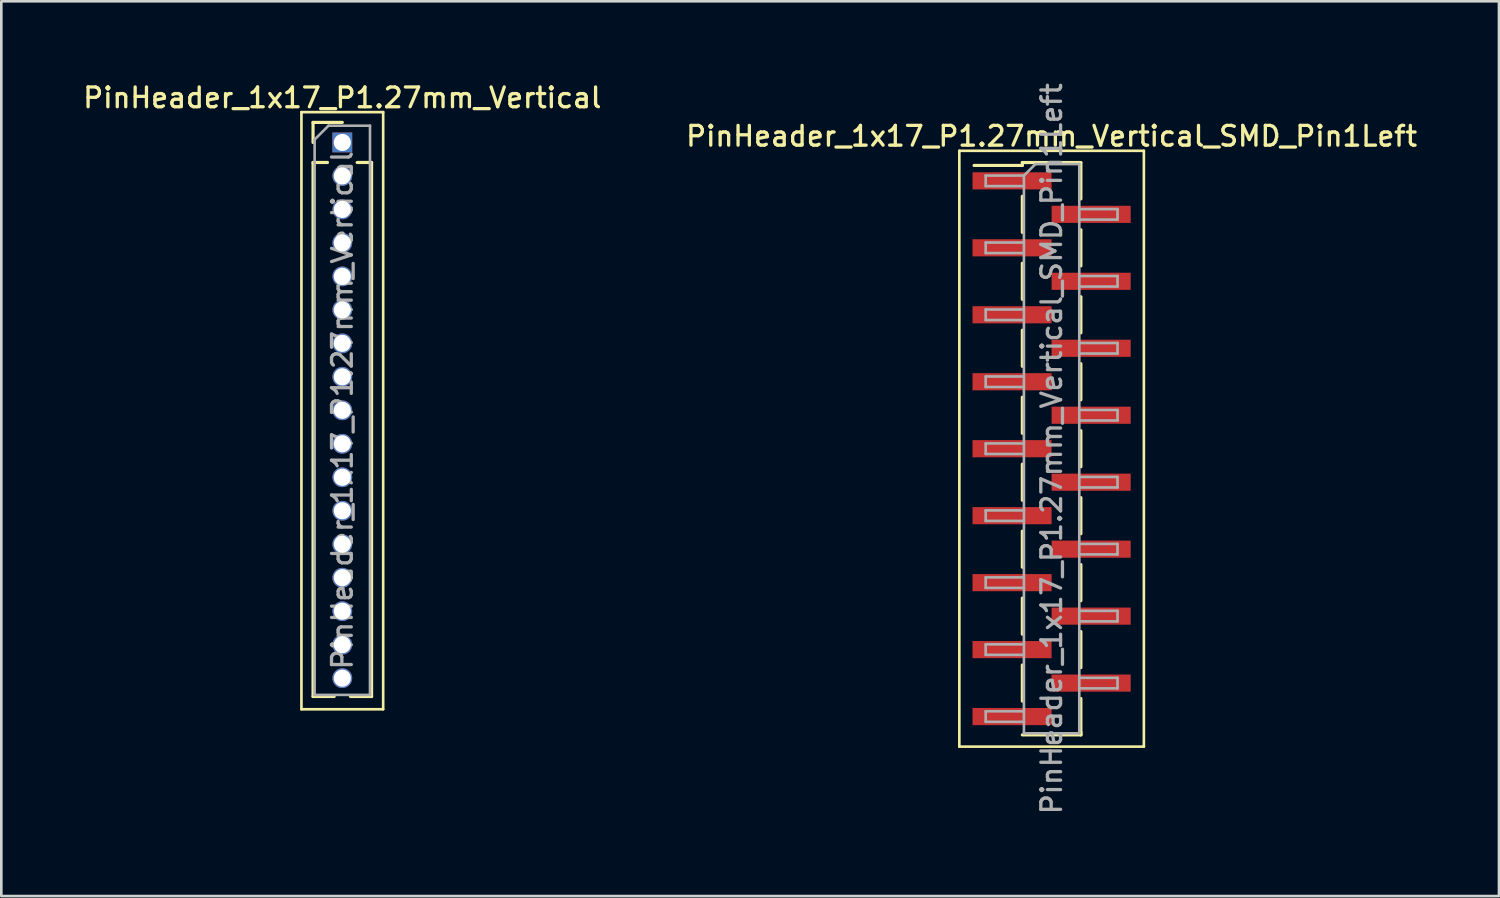
<source format=kicad_pcb>
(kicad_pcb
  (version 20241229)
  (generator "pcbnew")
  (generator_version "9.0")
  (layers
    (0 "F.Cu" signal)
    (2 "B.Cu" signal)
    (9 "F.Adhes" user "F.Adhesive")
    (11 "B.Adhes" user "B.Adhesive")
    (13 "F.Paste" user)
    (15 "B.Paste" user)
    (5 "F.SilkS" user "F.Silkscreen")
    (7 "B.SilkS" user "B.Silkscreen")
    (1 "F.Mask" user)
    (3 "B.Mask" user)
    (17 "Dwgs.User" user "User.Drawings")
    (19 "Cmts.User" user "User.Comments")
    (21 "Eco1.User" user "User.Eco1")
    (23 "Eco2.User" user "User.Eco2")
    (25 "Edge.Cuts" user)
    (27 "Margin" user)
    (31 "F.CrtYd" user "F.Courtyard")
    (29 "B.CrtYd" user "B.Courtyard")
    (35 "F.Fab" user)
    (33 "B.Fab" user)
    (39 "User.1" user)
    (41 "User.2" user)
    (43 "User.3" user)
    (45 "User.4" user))
  (footprint "PinHeader_1x17_P1.27mm_Vertical"
    (layer "F.Cu")
    (at 9.934 2.353)
    (property "Reference" "PinHeader_1x17_P1.27mm_Vertical" (at 0 -1.695 0) (layer "F.SilkS") (effects (font (size 0.75 0.75) (thickness 0.125))))
    (attr through_hole)
    (fp_line (start -1.55 -1.15) (end -1.55 21.5) (stroke (width 0.1) (type solid)) (layer "F.SilkS"))
    (fp_line (start -1.55 21.5) (end 1.55 21.5) (stroke (width 0.1) (type solid)) (layer "F.SilkS"))
    (fp_line (start -1.11 -0.76) (end 0 -0.76) (stroke (width 0.12) (type solid)) (layer "F.SilkS"))
    (fp_line (start -1.11 0) (end -1.11 -0.76) (stroke (width 0.12) (type solid)) (layer "F.SilkS"))
    (fp_line (start -1.11 0.76) (end -1.11 21.015) (stroke (width 0.12) (type solid)) (layer "F.SilkS"))
    (fp_line (start -1.11 0.76) (end -0.563 0.76) (stroke (width 0.12) (type solid)) (layer "F.SilkS"))
    (fp_line (start -1.11 21.015) (end -0.308 21.015) (stroke (width 0.12) (type solid)) (layer "F.SilkS"))
    (fp_line (start 0.308 21.015) (end 1.11 21.015) (stroke (width 0.12) (type solid)) (layer "F.SilkS"))
    (fp_line (start 0.563 0.76) (end 1.11 0.76) (stroke (width 0.12) (type solid)) (layer "F.SilkS"))
    (fp_line (start 1.11 0.76) (end 1.11 21.015) (stroke (width 0.12) (type solid)) (layer "F.SilkS"))
    (fp_line (start 1.55 -1.15) (end -1.55 -1.15) (stroke (width 0.1) (type solid)) (layer "F.SilkS"))
    (fp_line (start 1.55 21.5) (end 1.55 -1.15) (stroke (width 0.1) (type solid)) (layer "F.SilkS"))
    (fp_line (start -1.05 -0.11) (end -0.525 -0.635) (stroke (width 0.1) (type solid)) (layer "F.Fab"))
    (fp_line (start -1.05 20.955) (end -1.05 -0.11) (stroke (width 0.1) (type solid)) (layer "F.Fab"))
    (fp_line (start -0.525 -0.635) (end 1.05 -0.635) (stroke (width 0.1) (type solid)) (layer "F.Fab"))
    (fp_line (start 1.05 -0.635) (end 1.05 20.955) (stroke (width 0.1) (type solid)) (layer "F.Fab"))
    (fp_line (start 1.05 20.955) (end -1.05 20.955) (stroke (width 0.1) (type solid)) (layer "F.Fab"))
    (fp_text user "${REFERENCE}" (at 0 10.16 90) (layer "F.Fab") (effects (font (size 0.75 0.75) (thickness 0.125))))
    (pad "1" thru_hole rect (at 0 0) (size 0.75 0.75) (drill 0.65) (layers "*.Cu" "*.Mask"))
    (pad "2" thru_hole oval (at 0 1.27) (size 0.75 0.75) (drill 0.65) (layers "*.Cu" "*.Mask"))
    (pad "3" thru_hole oval (at 0 2.54) (size 0.75 0.75) (drill 0.65) (layers "*.Cu" "*.Mask"))
    (pad "4" thru_hole oval (at 0 3.81) (size 0.75 0.75) (drill 0.65) (layers "*.Cu" "*.Mask"))
    (pad "5" thru_hole oval (at 0 5.08) (size 0.75 0.75) (drill 0.65) (layers "*.Cu" "*.Mask"))
    (pad "6" thru_hole oval (at 0 6.35) (size 0.75 0.75) (drill 0.65) (layers "*.Cu" "*.Mask"))
    (pad "7" thru_hole oval (at 0 7.62) (size 0.75 0.75) (drill 0.65) (layers "*.Cu" "*.Mask"))
    (pad "8" thru_hole oval (at 0 8.89) (size 0.75 0.75) (drill 0.65) (layers "*.Cu" "*.Mask"))
    (pad "9" thru_hole oval (at 0 10.16) (size 0.75 0.75) (drill 0.65) (layers "*.Cu" "*.Mask"))
    (pad "10" thru_hole oval (at 0 11.43) (size 0.75 0.75) (drill 0.65) (layers "*.Cu" "*.Mask"))
    (pad "11" thru_hole oval (at 0 12.7) (size 0.75 0.75) (drill 0.65) (layers "*.Cu" "*.Mask"))
    (pad "12" thru_hole oval (at 0 13.97) (size 0.75 0.75) (drill 0.65) (layers "*.Cu" "*.Mask"))
    (pad "13" thru_hole oval (at 0 15.24) (size 0.75 0.75) (drill 0.65) (layers "*.Cu" "*.Mask"))
    (pad "14" thru_hole oval (at 0 16.51) (size 0.75 0.75) (drill 0.65) (layers "*.Cu" "*.Mask"))
    (pad "15" thru_hole oval (at 0 17.78) (size 0.75 0.75) (drill 0.65) (layers "*.Cu" "*.Mask"))
    (pad "16" thru_hole oval (at 0 19.05) (size 0.75 0.75) (drill 0.65) (layers "*.Cu" "*.Mask"))
    (pad "17" thru_hole oval (at 0 20.32) (size 0.75 0.75) (drill 0.65) (layers "*.Cu" "*.Mask")))
  (footprint "PinHeader_1x17_P1.27mm_Vertical_SMD_Pin1Left"
    (layer "F.Cu")
    (at 36.838 13.97)
    (property "Reference" "PinHeader_1x17_P1.27mm_Vertical_SMD_Pin1Left" (at 0 -11.855 0) (layer "F.SilkS") (effects (font (size 0.75 0.75) (thickness 0.125))))
    (attr smd)
    (fp_line (start -3.5 -11.3) (end -3.5 11.3) (stroke (width 0.1) (type solid)) (layer "F.SilkS"))
    (fp_line (start -3.5 11.3) (end 3.5 11.3) (stroke (width 0.1) (type solid)) (layer "F.SilkS"))
    (fp_line (start -1.11 -10.855) (end -1.11 -10.745) (stroke (width 0.12) (type solid)) (layer "F.SilkS"))
    (fp_line (start -1.11 -10.855) (end 1.11 -10.855) (stroke (width 0.12) (type solid)) (layer "F.SilkS"))
    (fp_line (start -1.11 -10.745) (end -2.94 -10.745) (stroke (width 0.12) (type solid)) (layer "F.SilkS"))
    (fp_line (start -1.11 -9.575) (end -1.11 -8.205) (stroke (width 0.12) (type solid)) (layer "F.SilkS"))
    (fp_line (start -1.11 -7.035) (end -1.11 -5.665) (stroke (width 0.12) (type solid)) (layer "F.SilkS"))
    (fp_line (start -1.11 -4.495) (end -1.11 -3.125) (stroke (width 0.12) (type solid)) (layer "F.SilkS"))
    (fp_line (start -1.11 -1.955) (end -1.11 -0.585) (stroke (width 0.12) (type solid)) (layer "F.SilkS"))
    (fp_line (start -1.11 0.585) (end -1.11 1.955) (stroke (width 0.12) (type solid)) (layer "F.SilkS"))
    (fp_line (start -1.11 3.125) (end -1.11 4.495) (stroke (width 0.12) (type solid)) (layer "F.SilkS"))
    (fp_line (start -1.11 5.665) (end -1.11 7.035) (stroke (width 0.12) (type solid)) (layer "F.SilkS"))
    (fp_line (start -1.11 8.205) (end -1.11 9.575) (stroke (width 0.12) (type solid)) (layer "F.SilkS"))
    (fp_line (start -1.11 10.855) (end 1.11 10.855) (stroke (width 0.12) (type solid)) (layer "F.SilkS"))
    (fp_line (start 1.11 -10.845) (end 1.11 -9.475) (stroke (width 0.12) (type solid)) (layer "F.SilkS"))
    (fp_line (start 1.11 -8.305) (end 1.11 -6.935) (stroke (width 0.12) (type solid)) (layer "F.SilkS"))
    (fp_line (start 1.11 -5.765) (end 1.11 -4.395) (stroke (width 0.12) (type solid)) (layer "F.SilkS"))
    (fp_line (start 1.11 -3.225) (end 1.11 -1.855) (stroke (width 0.12) (type solid)) (layer "F.SilkS"))
    (fp_line (start 1.11 -0.685) (end 1.11 0.685) (stroke (width 0.12) (type solid)) (layer "F.SilkS"))
    (fp_line (start 1.11 1.855) (end 1.11 3.225) (stroke (width 0.12) (type solid)) (layer "F.SilkS"))
    (fp_line (start 1.11 4.395) (end 1.11 5.765) (stroke (width 0.12) (type solid)) (layer "F.SilkS"))
    (fp_line (start 1.11 6.935) (end 1.11 8.305) (stroke (width 0.12) (type solid)) (layer "F.SilkS"))
    (fp_line (start 1.11 9.475) (end 1.11 10.845) (stroke (width 0.12) (type solid)) (layer "F.SilkS"))
    (fp_line (start 1.11 10.745) (end 1.11 10.855) (stroke (width 0.12) (type solid)) (layer "F.SilkS"))
    (fp_line (start 3.5 -11.3) (end -3.5 -11.3) (stroke (width 0.1) (type solid)) (layer "F.SilkS"))
    (fp_line (start 3.5 11.3) (end 3.5 -11.3) (stroke (width 0.1) (type solid)) (layer "F.SilkS"))
    (fp_line (start -2.5 -10.36) (end -2.5 -9.96) (stroke (width 0.1) (type solid)) (layer "F.Fab"))
    (fp_line (start -2.5 -9.96) (end -1.05 -9.96) (stroke (width 0.1) (type solid)) (layer "F.Fab"))
    (fp_line (start -2.5 -7.82) (end -2.5 -7.42) (stroke (width 0.1) (type solid)) (layer "F.Fab"))
    (fp_line (start -2.5 -7.42) (end -1.05 -7.42) (stroke (width 0.1) (type solid)) (layer "F.Fab"))
    (fp_line (start -2.5 -5.28) (end -2.5 -4.88) (stroke (width 0.1) (type solid)) (layer "F.Fab"))
    (fp_line (start -2.5 -4.88) (end -1.05 -4.88) (stroke (width 0.1) (type solid)) (layer "F.Fab"))
    (fp_line (start -2.5 -2.74) (end -2.5 -2.34) (stroke (width 0.1) (type solid)) (layer "F.Fab"))
    (fp_line (start -2.5 -2.34) (end -1.05 -2.34) (stroke (width 0.1) (type solid)) (layer "F.Fab"))
    (fp_line (start -2.5 -0.2) (end -2.5 0.2) (stroke (width 0.1) (type solid)) (layer "F.Fab"))
    (fp_line (start -2.5 0.2) (end -1.05 0.2) (stroke (width 0.1) (type solid)) (layer "F.Fab"))
    (fp_line (start -2.5 2.34) (end -2.5 2.74) (stroke (width 0.1) (type solid)) (layer "F.Fab"))
    (fp_line (start -2.5 2.74) (end -1.05 2.74) (stroke (width 0.1) (type solid)) (layer "F.Fab"))
    (fp_line (start -2.5 4.88) (end -2.5 5.28) (stroke (width 0.1) (type solid)) (layer "F.Fab"))
    (fp_line (start -2.5 5.28) (end -1.05 5.28) (stroke (width 0.1) (type solid)) (layer "F.Fab"))
    (fp_line (start -2.5 7.42) (end -2.5 7.82) (stroke (width 0.1) (type solid)) (layer "F.Fab"))
    (fp_line (start -2.5 7.82) (end -1.05 7.82) (stroke (width 0.1) (type solid)) (layer "F.Fab"))
    (fp_line (start -2.5 9.96) (end -2.5 10.36) (stroke (width 0.1) (type solid)) (layer "F.Fab"))
    (fp_line (start -2.5 10.36) (end -1.05 10.36) (stroke (width 0.1) (type solid)) (layer "F.Fab"))
    (fp_line (start -1.05 -10.36) (end -2.5 -10.36) (stroke (width 0.1) (type solid)) (layer "F.Fab"))
    (fp_line (start -1.05 -10.36) (end -0.615 -10.795) (stroke (width 0.1) (type solid)) (layer "F.Fab"))
    (fp_line (start -1.05 -7.82) (end -2.5 -7.82) (stroke (width 0.1) (type solid)) (layer "F.Fab"))
    (fp_line (start -1.05 -5.28) (end -2.5 -5.28) (stroke (width 0.1) (type solid)) (layer "F.Fab"))
    (fp_line (start -1.05 -2.74) (end -2.5 -2.74) (stroke (width 0.1) (type solid)) (layer "F.Fab"))
    (fp_line (start -1.05 -0.2) (end -2.5 -0.2) (stroke (width 0.1) (type solid)) (layer "F.Fab"))
    (fp_line (start -1.05 2.34) (end -2.5 2.34) (stroke (width 0.1) (type solid)) (layer "F.Fab"))
    (fp_line (start -1.05 4.88) (end -2.5 4.88) (stroke (width 0.1) (type solid)) (layer "F.Fab"))
    (fp_line (start -1.05 7.42) (end -2.5 7.42) (stroke (width 0.1) (type solid)) (layer "F.Fab"))
    (fp_line (start -1.05 9.96) (end -2.5 9.96) (stroke (width 0.1) (type solid)) (layer "F.Fab"))
    (fp_line (start -1.05 10.795) (end -1.05 -10.36) (stroke (width 0.1) (type solid)) (layer "F.Fab"))
    (fp_line (start -0.615 -10.795) (end 1.05 -10.795) (stroke (width 0.1) (type solid)) (layer "F.Fab"))
    (fp_line (start 1.05 -10.795) (end 1.05 10.795) (stroke (width 0.1) (type solid)) (layer "F.Fab"))
    (fp_line (start 1.05 -9.09) (end 2.5 -9.09) (stroke (width 0.1) (type solid)) (layer "F.Fab"))
    (fp_line (start 1.05 -6.55) (end 2.5 -6.55) (stroke (width 0.1) (type solid)) (layer "F.Fab"))
    (fp_line (start 1.05 -4.01) (end 2.5 -4.01) (stroke (width 0.1) (type solid)) (layer "F.Fab"))
    (fp_line (start 1.05 -1.47) (end 2.5 -1.47) (stroke (width 0.1) (type solid)) (layer "F.Fab"))
    (fp_line (start 1.05 1.07) (end 2.5 1.07) (stroke (width 0.1) (type solid)) (layer "F.Fab"))
    (fp_line (start 1.05 3.61) (end 2.5 3.61) (stroke (width 0.1) (type solid)) (layer "F.Fab"))
    (fp_line (start 1.05 6.15) (end 2.5 6.15) (stroke (width 0.1) (type solid)) (layer "F.Fab"))
    (fp_line (start 1.05 8.69) (end 2.5 8.69) (stroke (width 0.1) (type solid)) (layer "F.Fab"))
    (fp_line (start 1.05 10.795) (end -1.05 10.795) (stroke (width 0.1) (type solid)) (layer "F.Fab"))
    (fp_line (start 2.5 -9.09) (end 2.5 -8.69) (stroke (width 0.1) (type solid)) (layer "F.Fab"))
    (fp_line (start 2.5 -8.69) (end 1.05 -8.69) (stroke (width 0.1) (type solid)) (layer "F.Fab"))
    (fp_line (start 2.5 -6.55) (end 2.5 -6.15) (stroke (width 0.1) (type solid)) (layer "F.Fab"))
    (fp_line (start 2.5 -6.15) (end 1.05 -6.15) (stroke (width 0.1) (type solid)) (layer "F.Fab"))
    (fp_line (start 2.5 -4.01) (end 2.5 -3.61) (stroke (width 0.1) (type solid)) (layer "F.Fab"))
    (fp_line (start 2.5 -3.61) (end 1.05 -3.61) (stroke (width 0.1) (type solid)) (layer "F.Fab"))
    (fp_line (start 2.5 -1.47) (end 2.5 -1.07) (stroke (width 0.1) (type solid)) (layer "F.Fab"))
    (fp_line (start 2.5 -1.07) (end 1.05 -1.07) (stroke (width 0.1) (type solid)) (layer "F.Fab"))
    (fp_line (start 2.5 1.07) (end 2.5 1.47) (stroke (width 0.1) (type solid)) (layer "F.Fab"))
    (fp_line (start 2.5 1.47) (end 1.05 1.47) (stroke (width 0.1) (type solid)) (layer "F.Fab"))
    (fp_line (start 2.5 3.61) (end 2.5 4.01) (stroke (width 0.1) (type solid)) (layer "F.Fab"))
    (fp_line (start 2.5 4.01) (end 1.05 4.01) (stroke (width 0.1) (type solid)) (layer "F.Fab"))
    (fp_line (start 2.5 6.15) (end 2.5 6.55) (stroke (width 0.1) (type solid)) (layer "F.Fab"))
    (fp_line (start 2.5 6.55) (end 1.05 6.55) (stroke (width 0.1) (type solid)) (layer "F.Fab"))
    (fp_line (start 2.5 8.69) (end 2.5 9.09) (stroke (width 0.1) (type solid)) (layer "F.Fab"))
    (fp_line (start 2.5 9.09) (end 1.05 9.09) (stroke (width 0.1) (type solid)) (layer "F.Fab"))
    (fp_text user "${REFERENCE}" (at 0 0 90) (layer "F.Fab") (effects (font (size 0.75 0.75) (thickness 0.125))))
    (pad "1" smd rect (at -1.5 -10.16) (size 3 0.65) (layers "F.Cu" "F.Mask" "F.Paste"))
    (pad "2" smd rect (at 1.5 -8.89) (size 3 0.65) (layers "F.Cu" "F.Mask" "F.Paste"))
    (pad "3" smd rect (at -1.5 -7.62) (size 3 0.65) (layers "F.Cu" "F.Mask" "F.Paste"))
    (pad "4" smd rect (at 1.5 -6.35) (size 3 0.65) (layers "F.Cu" "F.Mask" "F.Paste"))
    (pad "5" smd rect (at -1.5 -5.08) (size 3 0.65) (layers "F.Cu" "F.Mask" "F.Paste"))
    (pad "6" smd rect (at 1.5 -3.81) (size 3 0.65) (layers "F.Cu" "F.Mask" "F.Paste"))
    (pad "7" smd rect (at -1.5 -2.54) (size 3 0.65) (layers "F.Cu" "F.Mask" "F.Paste"))
    (pad "8" smd rect (at 1.5 -1.27) (size 3 0.65) (layers "F.Cu" "F.Mask" "F.Paste"))
    (pad "9" smd rect (at -1.5 0) (size 3 0.65) (layers "F.Cu" "F.Mask" "F.Paste"))
    (pad "10" smd rect (at 1.5 1.27) (size 3 0.65) (layers "F.Cu" "F.Mask" "F.Paste"))
    (pad "11" smd rect (at -1.5 2.54) (size 3 0.65) (layers "F.Cu" "F.Mask" "F.Paste"))
    (pad "12" smd rect (at 1.5 3.81) (size 3 0.65) (layers "F.Cu" "F.Mask" "F.Paste"))
    (pad "13" smd rect (at -1.5 5.08) (size 3 0.65) (layers "F.Cu" "F.Mask" "F.Paste"))
    (pad "14" smd rect (at 1.5 6.35) (size 3 0.65) (layers "F.Cu" "F.Mask" "F.Paste"))
    (pad "15" smd rect (at -1.5 7.62) (size 3 0.65) (layers "F.Cu" "F.Mask" "F.Paste"))
    (pad "16" smd rect (at 1.5 8.89) (size 3 0.65) (layers "F.Cu" "F.Mask" "F.Paste"))
    (pad "17" smd rect (at -1.5 10.16) (size 3 0.65) (layers "F.Cu" "F.Mask" "F.Paste")))
  (gr_rect
    (start -3 -3)
    (end 53.807 30.939)
    (stroke (width 0.1) (type default))
    (fill no)
    (layer "Edge.Cuts")))
</source>
